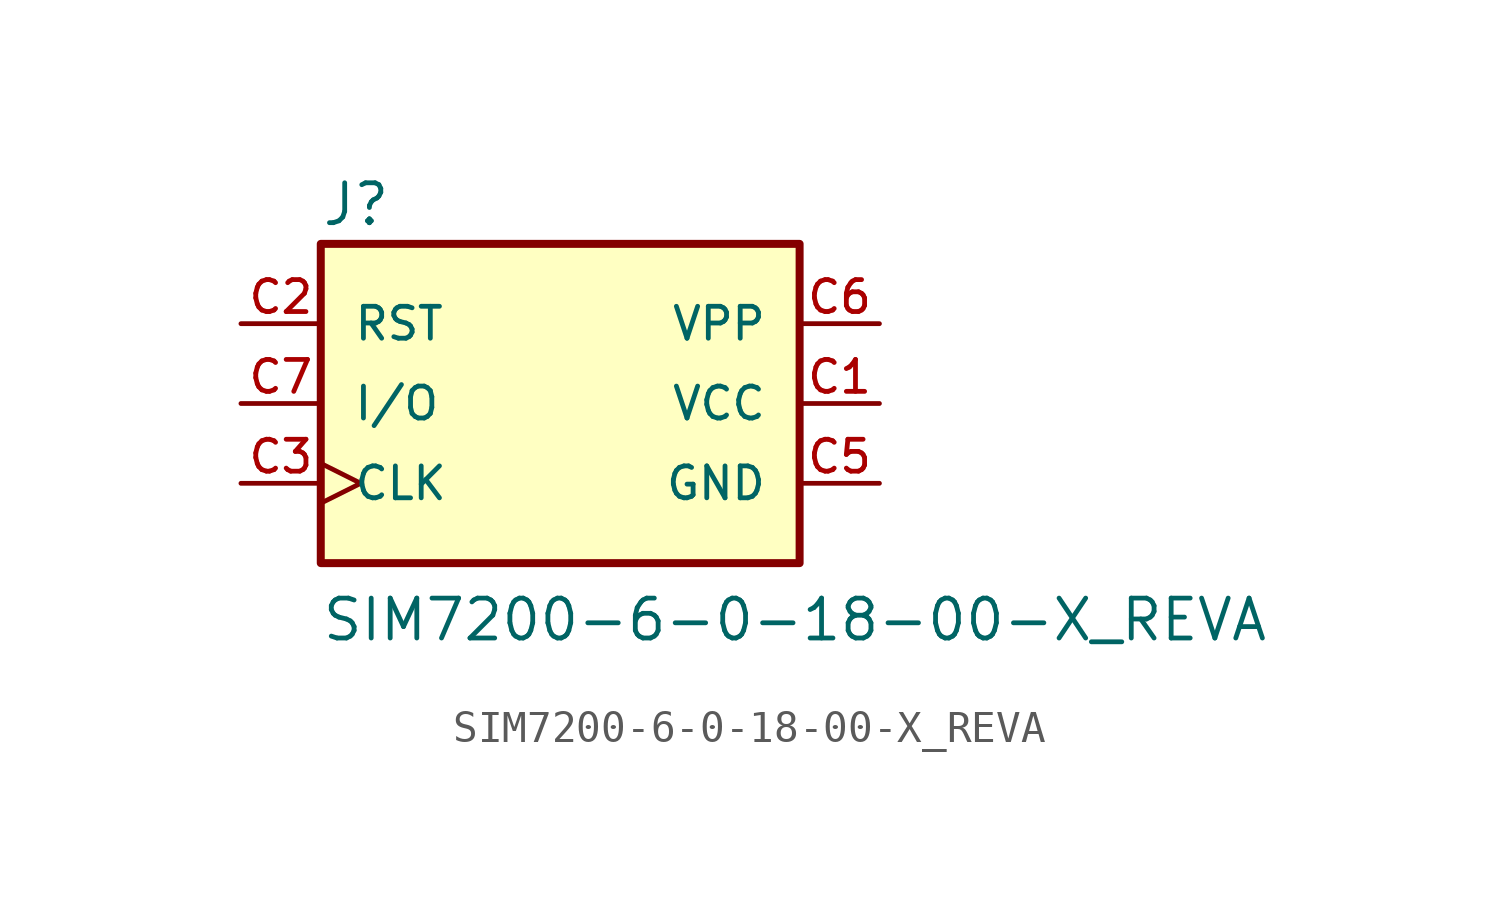
<source format=kicad_sym>
(kicad_symbol_lib
  (version 20211014)
  (generator kicad_symbol_editor)
  (symbol "SIM7200-6-0-18-00-X_REVA"
    (pin_names
      (offset 1.016))
    (property "Reference" "J"
      (at -7.624 5.591 0)
      (effects (font (size 1.27 1.27)) (justify bottom left)))
    (property "Value" "SIM7200-6-0-18-00-X_REVA"
      (at -7.627 -7.627 0)
      (effects (font (size 1.27 1.27)) (justify bottom left)))
    (symbol "SIM7200-6-0-18-00-X_REVA_0_0"
      (rectangle (start -7.62 -5.08) (end 7.62 5.08) (stroke (width 0.254)) (fill (type background)))
      (pin power_in line (at 10.16 0.0 180.0) (length 2.54) (name "VCC" (effects (font (size 1.016 1.016)))) (number "C1" (effects (font (size 1.016 1.016)))))
      (pin input line (at -10.16 2.54 0) (length 2.54) (name "RST" (effects (font (size 1.016 1.016)))) (number "C2" (effects (font (size 1.016 1.016)))))
      (pin bidirectional clock (at -10.16 -2.54 0) (length 2.54) (name "CLK" (effects (font (size 1.016 1.016)))) (number "C3" (effects (font (size 1.016 1.016)))))
      (pin bidirectional line (at -10.16 0.0 0) (length 2.54) (name "I/O" (effects (font (size 1.016 1.016)))) (number "C7" (effects (font (size 1.016 1.016)))))
      (pin power_in line (at 10.16 -2.54 180.0) (length 2.54) (name "GND" (effects (font (size 1.016 1.016)))) (number "C5" (effects (font (size 1.016 1.016)))))
      (pin power_in line (at 10.16 2.54 180.0) (length 2.54) (name "VPP" (effects (font (size 1.016 1.016)))) (number "C6" (effects (font (size 1.016 1.016))))))))
</source>
